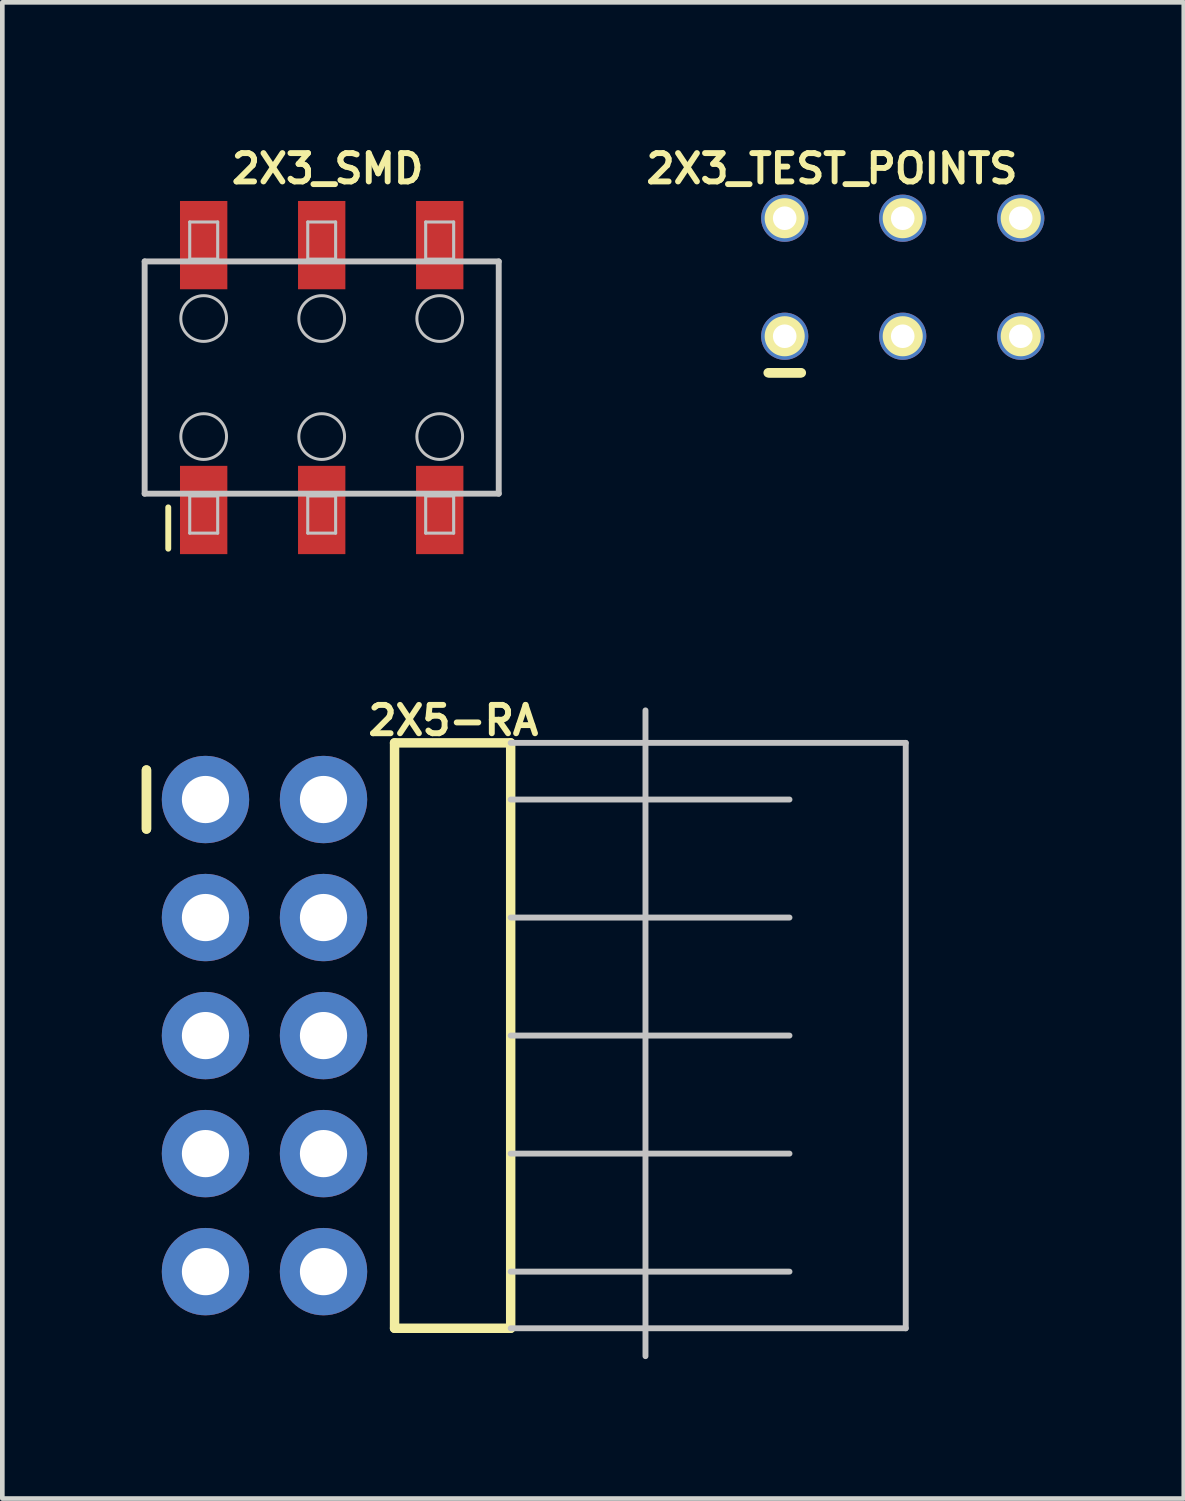
<source format=kicad_pcb>
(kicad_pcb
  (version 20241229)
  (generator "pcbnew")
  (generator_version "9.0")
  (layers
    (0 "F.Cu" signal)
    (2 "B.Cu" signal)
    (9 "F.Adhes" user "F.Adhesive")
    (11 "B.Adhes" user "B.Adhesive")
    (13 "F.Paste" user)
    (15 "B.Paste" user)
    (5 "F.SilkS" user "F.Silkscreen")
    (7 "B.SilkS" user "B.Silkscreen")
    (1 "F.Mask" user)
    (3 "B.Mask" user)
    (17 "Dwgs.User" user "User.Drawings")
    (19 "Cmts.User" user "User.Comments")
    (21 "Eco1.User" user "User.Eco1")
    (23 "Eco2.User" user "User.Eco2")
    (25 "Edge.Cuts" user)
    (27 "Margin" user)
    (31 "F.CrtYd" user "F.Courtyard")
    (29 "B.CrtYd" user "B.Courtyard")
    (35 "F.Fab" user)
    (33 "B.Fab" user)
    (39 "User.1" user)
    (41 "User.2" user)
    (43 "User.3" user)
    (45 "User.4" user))
  (footprint "2X5-RA"
    (layer "F.Cu")
    (at 2.642 19.236)
    (property "Reference" "2X5-RA" (at 4.064 -6.782 0) (layer "F.SilkS") (effects (font (size 0.61 0.61) (thickness 0.127))))
    (attr exclude_from_pos_files exclude_from_bom)
    (fp_line (start -2.54 -5.715) (end -2.54 -4.445) (stroke (width 0.203) (type solid)) (layer "F.SilkS"))
    (fp_line (start -2.54 -5.715) (end -2.54 -4.445) (stroke (width 0.203) (type solid)) (layer "F.SilkS"))
    (fp_line (start 2.799 -6.299) (end 5.298 -6.299) (stroke (width 0.203) (type solid)) (layer "F.SilkS"))
    (fp_line (start 2.799 6.299) (end 2.799 -6.299) (stroke (width 0.203) (type solid)) (layer "F.SilkS"))
    (fp_line (start 5.298 -6.299) (end 5.298 6.299) (stroke (width 0.203) (type solid)) (layer "F.SilkS"))
    (fp_line (start 5.298 6.299) (end 2.799 6.299) (stroke (width 0.203) (type solid)) (layer "F.SilkS"))
    (fp_line (start -1.524 -5.334) (end -1.016 -5.334) (stroke (width 0.066) (type solid)) (layer "Dwgs.User"))
    (fp_line (start -1.524 -4.826) (end -1.524 -5.334) (stroke (width 0.066) (type solid)) (layer "Dwgs.User"))
    (fp_line (start -1.524 -4.826) (end -1.016 -4.826) (stroke (width 0.066) (type solid)) (layer "Dwgs.User"))
    (fp_line (start -1.524 -2.794) (end -1.016 -2.794) (stroke (width 0.066) (type solid)) (layer "Dwgs.User"))
    (fp_line (start -1.524 -2.286) (end -1.524 -2.794) (stroke (width 0.066) (type solid)) (layer "Dwgs.User"))
    (fp_line (start -1.524 -2.286) (end -1.016 -2.286) (stroke (width 0.066) (type solid)) (layer "Dwgs.User"))
    (fp_line (start -1.524 -0.254) (end -1.016 -0.254) (stroke (width 0.066) (type solid)) (layer "Dwgs.User"))
    (fp_line (start -1.524 0.254) (end -1.524 -0.254) (stroke (width 0.066) (type solid)) (layer "Dwgs.User"))
    (fp_line (start -1.524 0.254) (end -1.016 0.254) (stroke (width 0.066) (type solid)) (layer "Dwgs.User"))
    (fp_line (start -1.524 2.286) (end -1.016 2.286) (stroke (width 0.066) (type solid)) (layer "Dwgs.User"))
    (fp_line (start -1.524 2.286) (end -1.016 2.286) (stroke (width 0.066) (type solid)) (layer "Dwgs.User"))
    (fp_line (start -1.524 2.794) (end -1.524 2.286) (stroke (width 0.066) (type solid)) (layer "Dwgs.User"))
    (fp_line (start -1.524 2.794) (end -1.524 2.286) (stroke (width 0.066) (type solid)) (layer "Dwgs.User"))
    (fp_line (start -1.524 2.794) (end -1.016 2.794) (stroke (width 0.066) (type solid)) (layer "Dwgs.User"))
    (fp_line (start -1.524 2.794) (end -1.016 2.794) (stroke (width 0.066) (type solid)) (layer "Dwgs.User"))
    (fp_line (start -1.524 4.826) (end -1.016 4.826) (stroke (width 0.066) (type solid)) (layer "Dwgs.User"))
    (fp_line (start -1.524 5.334) (end -1.524 4.826) (stroke (width 0.066) (type solid)) (layer "Dwgs.User"))
    (fp_line (start -1.524 5.334) (end -1.016 5.334) (stroke (width 0.066) (type solid)) (layer "Dwgs.User"))
    (fp_line (start -1.016 -4.826) (end -1.016 -5.334) (stroke (width 0.066) (type solid)) (layer "Dwgs.User"))
    (fp_line (start -1.016 -2.286) (end -1.016 -2.794) (stroke (width 0.066) (type solid)) (layer "Dwgs.User"))
    (fp_line (start -1.016 0.254) (end -1.016 -0.254) (stroke (width 0.066) (type solid)) (layer "Dwgs.User"))
    (fp_line (start -1.016 2.794) (end -1.016 2.286) (stroke (width 0.066) (type solid)) (layer "Dwgs.User"))
    (fp_line (start -1.016 2.794) (end -1.016 2.286) (stroke (width 0.066) (type solid)) (layer "Dwgs.User"))
    (fp_line (start -1.016 5.334) (end -1.016 4.826) (stroke (width 0.066) (type solid)) (layer "Dwgs.User"))
    (fp_line (start 1.016 -5.334) (end 1.524 -5.334) (stroke (width 0.066) (type solid)) (layer "Dwgs.User"))
    (fp_line (start 1.016 -4.826) (end 1.016 -5.334) (stroke (width 0.066) (type solid)) (layer "Dwgs.User"))
    (fp_line (start 1.016 -4.826) (end 1.524 -4.826) (stroke (width 0.066) (type solid)) (layer "Dwgs.User"))
    (fp_line (start 1.016 -2.794) (end 1.524 -2.794) (stroke (width 0.066) (type solid)) (layer "Dwgs.User"))
    (fp_line (start 1.016 -2.286) (end 1.016 -2.794) (stroke (width 0.066) (type solid)) (layer "Dwgs.User"))
    (fp_line (start 1.016 -2.286) (end 1.524 -2.286) (stroke (width 0.066) (type solid)) (layer "Dwgs.User"))
    (fp_line (start 1.016 -0.254) (end 1.524 -0.254) (stroke (width 0.066) (type solid)) (layer "Dwgs.User"))
    (fp_line (start 1.016 0.254) (end 1.016 -0.254) (stroke (width 0.066) (type solid)) (layer "Dwgs.User"))
    (fp_line (start 1.016 0.254) (end 1.524 0.254) (stroke (width 0.066) (type solid)) (layer "Dwgs.User"))
    (fp_line (start 1.016 2.286) (end 1.524 2.286) (stroke (width 0.066) (type solid)) (layer "Dwgs.User"))
    (fp_line (start 1.016 2.286) (end 1.524 2.286) (stroke (width 0.066) (type solid)) (layer "Dwgs.User"))
    (fp_line (start 1.016 2.794) (end 1.016 2.286) (stroke (width 0.066) (type solid)) (layer "Dwgs.User"))
    (fp_line (start 1.016 2.794) (end 1.016 2.286) (stroke (width 0.066) (type solid)) (layer "Dwgs.User"))
    (fp_line (start 1.016 2.794) (end 1.524 2.794) (stroke (width 0.066) (type solid)) (layer "Dwgs.User"))
    (fp_line (start 1.016 2.794) (end 1.524 2.794) (stroke (width 0.066) (type solid)) (layer "Dwgs.User"))
    (fp_line (start 1.016 4.826) (end 1.524 4.826) (stroke (width 0.066) (type solid)) (layer "Dwgs.User"))
    (fp_line (start 1.016 5.334) (end 1.016 4.826) (stroke (width 0.066) (type solid)) (layer "Dwgs.User"))
    (fp_line (start 1.016 5.334) (end 1.524 5.334) (stroke (width 0.066) (type solid)) (layer "Dwgs.User"))
    (fp_line (start 1.524 -4.826) (end 1.524 -5.334) (stroke (width 0.066) (type solid)) (layer "Dwgs.User"))
    (fp_line (start 1.524 -2.286) (end 1.524 -2.794) (stroke (width 0.066) (type solid)) (layer "Dwgs.User"))
    (fp_line (start 1.524 0.254) (end 1.524 -0.254) (stroke (width 0.066) (type solid)) (layer "Dwgs.User"))
    (fp_line (start 1.524 2.794) (end 1.524 2.286) (stroke (width 0.066) (type solid)) (layer "Dwgs.User"))
    (fp_line (start 1.524 2.794) (end 1.524 2.286) (stroke (width 0.066) (type solid)) (layer "Dwgs.User"))
    (fp_line (start 1.524 5.334) (end 1.524 4.826) (stroke (width 0.066) (type solid)) (layer "Dwgs.User"))
    (fp_line (start 5.298 -6.299) (end 13.8 -6.299) (stroke (width 0.127) (type solid)) (layer "Dwgs.User"))
    (fp_line (start 5.298 -5.08) (end 11.298 -5.08) (stroke (width 0.127) (type solid)) (layer "Dwgs.User"))
    (fp_line (start 5.298 -2.54) (end 11.298 -2.54) (stroke (width 0.127) (type solid)) (layer "Dwgs.User"))
    (fp_line (start 5.298 0) (end 11.298 0) (stroke (width 0.127) (type solid)) (layer "Dwgs.User"))
    (fp_line (start 5.298 2.54) (end 11.298 2.54) (stroke (width 0.127) (type solid)) (layer "Dwgs.User"))
    (fp_line (start 5.298 5.08) (end 11.298 5.08) (stroke (width 0.127) (type solid)) (layer "Dwgs.User"))
    (fp_line (start 5.298 6.299) (end 13.8 6.299) (stroke (width 0.127) (type solid)) (layer "Dwgs.User"))
    (fp_line (start 8.199 -6.998) (end 8.199 6.899) (stroke (width 0.127) (type solid)) (layer "Dwgs.User"))
    (fp_line (start 13.8 -6.299) (end 13.8 6.299) (stroke (width 0.127) (type solid)) (layer "Dwgs.User"))
    (pad "1" thru_hole circle (at -1.27 -5.08) (size 1.88 1.88) (drill 1.016) (layers "*.Cu" "*.Paste" "*.Mask"))
    (pad "2" thru_hole circle (at 1.27 -5.08) (size 1.88 1.88) (drill 1.016) (layers "*.Cu" "*.Paste" "*.Mask"))
    (pad "3" thru_hole circle (at -1.27 -2.54) (size 1.88 1.88) (drill 1.016) (layers "*.Cu" "*.Paste" "*.Mask"))
    (pad "4" thru_hole circle (at 1.27 -2.54) (size 1.88 1.88) (drill 1.016) (layers "*.Cu" "*.Paste" "*.Mask"))
    (pad "5" thru_hole circle (at -1.27 0) (size 1.88 1.88) (drill 1.016) (layers "*.Cu" "*.Paste" "*.Mask"))
    (pad "6" thru_hole circle (at 1.27 0) (size 1.88 1.88) (drill 1.016) (layers "*.Cu" "*.Paste" "*.Mask"))
    (pad "7" thru_hole circle (at -1.27 2.54) (size 1.88 1.88) (drill 1.016) (layers "*.Cu" "*.Paste" "*.Mask"))
    (pad "8" thru_hole circle (at 1.27 2.54) (size 1.88 1.88) (drill 1.016) (layers "*.Cu" "*.Paste" "*.Mask"))
    (pad "9" thru_hole circle (at -1.27 5.08) (size 1.88 1.88) (drill 1.016) (layers "*.Cu" "*.Paste" "*.Mask"))
    (pad "10" thru_hole circle (at 1.27 5.08) (size 1.88 1.88) (drill 1.016) (layers "*.Cu" "*.Paste" "*.Mask")))
  (footprint "2X3_TEST_POINTS"
    (layer "F.Cu")
    (at 16.377 2.916)
    (property "Reference" "2X3_TEST_POINTS" (at -1.524 -2.337 0) (layer "F.SilkS") (effects (font (size 0.61 0.61) (thickness 0.127))))
    (attr exclude_from_pos_files exclude_from_bom)
    (fp_line (start -2.896 2.057) (end -2.207 2.057) (stroke (width 0.203) (type solid)) (layer "F.SilkS"))
    (fp_line (start -2.182 2.057) (end -2.87 2.057) (stroke (width 0.203) (type solid)) (layer "F.SilkS"))
    (fp_circle (center -2.54 -1.27) (end -2.845 -1.575) (stroke (width 0) (type solid)) (fill yes) (layer "F.SilkS"))
    (fp_circle (center -2.54 1.27) (end -2.845 1.575) (stroke (width 0) (type solid)) (fill yes) (layer "F.SilkS"))
    (fp_circle (center 0 -1.27) (end -0.305 -1.575) (stroke (width 0) (type solid)) (fill yes) (layer "F.SilkS"))
    (fp_circle (center 0 1.27) (end -0.305 1.575) (stroke (width 0) (type solid)) (fill yes) (layer "F.SilkS"))
    (fp_circle (center 2.54 -1.27) (end 2.845 -1.575) (stroke (width 0) (type solid)) (fill yes) (layer "F.SilkS"))
    (fp_circle (center 2.54 1.27) (end 2.845 1.575) (stroke (width 0) (type solid)) (fill yes) (layer "F.SilkS"))
    (pad "1" thru_hole circle (at -2.54 1.27) (size 1.016 1.016) (drill 0.508) (layers "*.Cu" "*.Paste" "*.Mask"))
    (pad "2" thru_hole circle (at -2.54 -1.27) (size 1.016 1.016) (drill 0.508) (layers "*.Cu" "*.Paste" "*.Mask"))
    (pad "3" thru_hole circle (at 0 1.27) (size 1.016 1.016) (drill 0.508) (layers "*.Cu" "*.Paste" "*.Mask"))
    (pad "4" thru_hole circle (at 0 -1.27) (size 1.016 1.016) (drill 0.508) (layers "*.Cu" "*.Paste" "*.Mask"))
    (pad "5" thru_hole circle (at 2.54 1.27) (size 1.016 1.016) (drill 0.508) (layers "*.Cu" "*.Paste" "*.Mask"))
    (pad "6" thru_hole circle (at 2.54 -1.27) (size 1.016 1.016) (drill 0.508) (layers "*.Cu" "*.Paste" "*.Mask")))
  (footprint "2X3_SMD"
    (layer "F.Cu")
    (at 3.873 5.075)
    (property "Reference" "2X3_SMD" (at 0.127 -4.496 0) (layer "F.SilkS") (effects (font (size 0.61 0.61) (thickness 0.127))))
    (attr smd)
    (fp_line (start -3.302 3.683) (end -3.302 2.794) (stroke (width 0.127) (type solid)) (layer "F.SilkS"))
    (fp_line (start -3.81 -2.499) (end 3.81 -2.499) (stroke (width 0.127) (type solid)) (layer "Dwgs.User"))
    (fp_line (start -3.81 2.499) (end -3.81 -2.499) (stroke (width 0.127) (type solid)) (layer "Dwgs.User"))
    (fp_line (start -2.84 -3.348) (end -2.238 -3.348) (stroke (width 0.066) (type solid)) (layer "Dwgs.User"))
    (fp_line (start -2.84 -2.548) (end -2.84 -3.348) (stroke (width 0.066) (type solid)) (layer "Dwgs.User"))
    (fp_line (start -2.84 -2.548) (end -2.238 -2.548) (stroke (width 0.066) (type solid)) (layer "Dwgs.User"))
    (fp_line (start -2.84 2.548) (end -2.238 2.548) (stroke (width 0.066) (type solid)) (layer "Dwgs.User"))
    (fp_line (start -2.84 3.348) (end -2.84 2.548) (stroke (width 0.066) (type solid)) (layer "Dwgs.User"))
    (fp_line (start -2.84 3.348) (end -2.238 3.348) (stroke (width 0.066) (type solid)) (layer "Dwgs.User"))
    (fp_line (start -2.238 -2.548) (end -2.238 -3.348) (stroke (width 0.066) (type solid)) (layer "Dwgs.User"))
    (fp_line (start -2.238 3.348) (end -2.238 2.548) (stroke (width 0.066) (type solid)) (layer "Dwgs.User"))
    (fp_line (start -0.3 -3.348) (end 0.3 -3.348) (stroke (width 0.066) (type solid)) (layer "Dwgs.User"))
    (fp_line (start -0.3 -2.548) (end -0.3 -3.348) (stroke (width 0.066) (type solid)) (layer "Dwgs.User"))
    (fp_line (start -0.3 -2.548) (end 0.3 -2.548) (stroke (width 0.066) (type solid)) (layer "Dwgs.User"))
    (fp_line (start -0.3 2.548) (end 0.3 2.548) (stroke (width 0.066) (type solid)) (layer "Dwgs.User"))
    (fp_line (start -0.3 3.348) (end -0.3 2.548) (stroke (width 0.066) (type solid)) (layer "Dwgs.User"))
    (fp_line (start -0.3 3.348) (end 0.3 3.348) (stroke (width 0.066) (type solid)) (layer "Dwgs.User"))
    (fp_line (start 0.3 -2.548) (end 0.3 -3.348) (stroke (width 0.066) (type solid)) (layer "Dwgs.User"))
    (fp_line (start 0.3 3.348) (end 0.3 2.548) (stroke (width 0.066) (type solid)) (layer "Dwgs.User"))
    (fp_line (start 2.238 -3.348) (end 2.84 -3.348) (stroke (width 0.066) (type solid)) (layer "Dwgs.User"))
    (fp_line (start 2.238 -2.548) (end 2.238 -3.348) (stroke (width 0.066) (type solid)) (layer "Dwgs.User"))
    (fp_line (start 2.238 -2.548) (end 2.84 -2.548) (stroke (width 0.066) (type solid)) (layer "Dwgs.User"))
    (fp_line (start 2.238 2.548) (end 2.84 2.548) (stroke (width 0.066) (type solid)) (layer "Dwgs.User"))
    (fp_line (start 2.238 3.348) (end 2.238 2.548) (stroke (width 0.066) (type solid)) (layer "Dwgs.User"))
    (fp_line (start 2.238 3.348) (end 2.84 3.348) (stroke (width 0.066) (type solid)) (layer "Dwgs.User"))
    (fp_line (start 2.84 -2.548) (end 2.84 -3.348) (stroke (width 0.066) (type solid)) (layer "Dwgs.User"))
    (fp_line (start 2.84 3.348) (end 2.84 2.548) (stroke (width 0.066) (type solid)) (layer "Dwgs.User"))
    (fp_line (start 3.81 -2.499) (end 3.81 2.499) (stroke (width 0.127) (type solid)) (layer "Dwgs.User"))
    (fp_line (start 3.81 2.499) (end -3.81 2.499) (stroke (width 0.127) (type solid)) (layer "Dwgs.User"))
    (fp_circle (center -2.54 -1.27) (end -2.888 -1.618) (stroke (width 0.064) (type solid)) (fill no) (layer "Dwgs.User"))
    (fp_circle (center -2.54 1.27) (end -2.888 1.618) (stroke (width 0.064) (type solid)) (fill no) (layer "Dwgs.User"))
    (fp_circle (center 0 -1.27) (end -0.348 -1.618) (stroke (width 0.064) (type solid)) (fill no) (layer "Dwgs.User"))
    (fp_circle (center 0 1.27) (end -0.348 1.618) (stroke (width 0.064) (type solid)) (fill no) (layer "Dwgs.User"))
    (fp_circle (center 2.54 -1.27) (end 2.888 -1.618) (stroke (width 0.064) (type solid)) (fill no) (layer "Dwgs.User"))
    (fp_circle (center 2.54 1.27) (end 2.888 1.618) (stroke (width 0.064) (type solid)) (fill no) (layer "Dwgs.User"))
    (pad "1" smd rect (at -2.54 2.85) (size 1.019 1.9) (layers "F.Cu" "F.Mask" "F.Paste"))
    (pad "2" smd rect (at -2.54 -2.85) (size 1.019 1.9) (layers "F.Cu" "F.Mask" "F.Paste"))
    (pad "3" smd rect (at 0 2.85) (size 1.019 1.9) (layers "F.Cu" "F.Mask" "F.Paste"))
    (pad "4" smd rect (at 0 -2.85) (size 1.019 1.9) (layers "F.Cu" "F.Mask" "F.Paste"))
    (pad "5" smd rect (at 2.54 2.85) (size 1.019 1.9) (layers "F.Cu" "F.Mask" "F.Paste"))
    (pad "6" smd rect (at 2.54 -2.85) (size 1.019 1.9) (layers "F.Cu" "F.Mask" "F.Paste")))
  (gr_rect
    (start -3 -3)
    (end 22.425 29.199)
    (stroke (width 0.1) (type default))
    (fill no)
    (layer "Edge.Cuts")))
</source>
